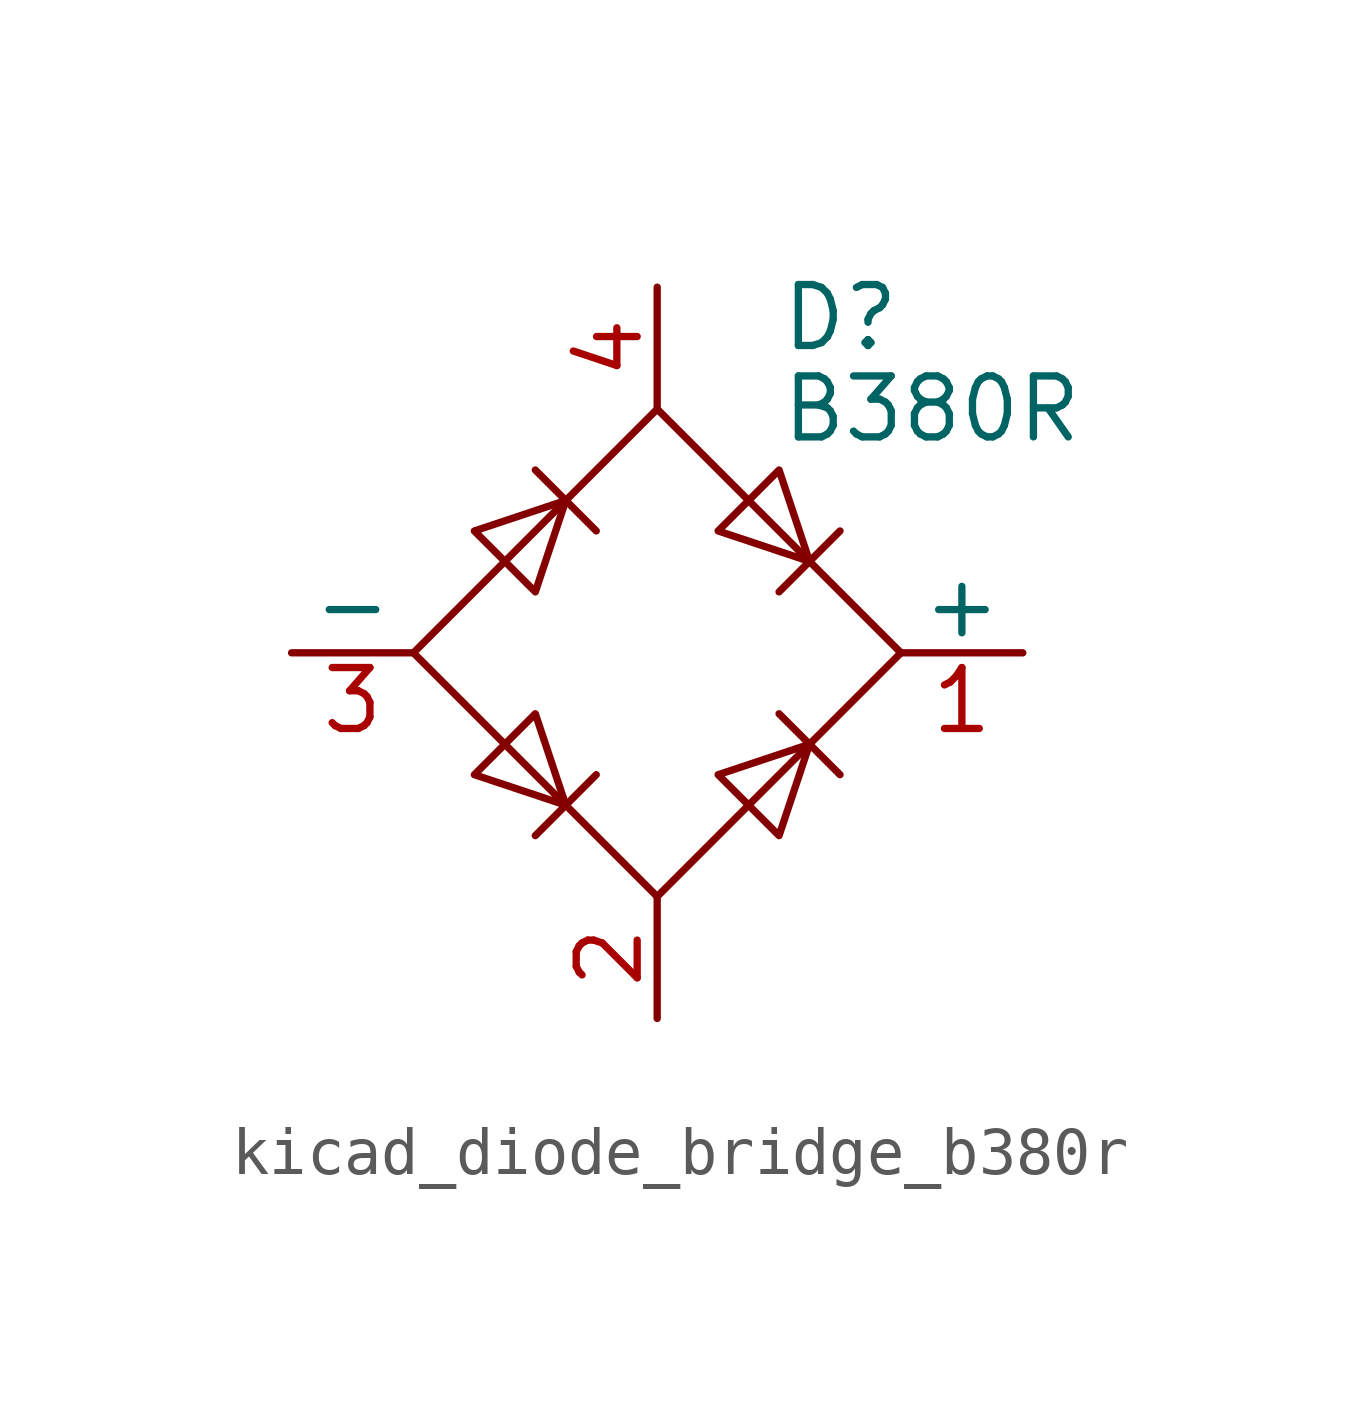
<source format=kicad_sym>
(kicad_symbol_lib
  (version 20220914)
  (generator kicad_symbol_editor)
  (symbol "kicad_diode_bridge_b380r"
    (pin_names
      (offset 0))
    (property "Reference" "D"
      (at 2.54 6.985 0)
      (effects (font (size 1.27 1.27)) (justify left)))
    (property "Value" "B380R"
      (at 2.54 5.08 0)
      (effects (font (size 1.27 1.27)) (justify left)))
    (symbol "kicad_diode_bridge_b380r_0_1"
      (polyline (pts (xy -2.54 3.81) (xy -1.27 2.54)) (stroke (width 0) (type default)) (fill (type none)))
      (polyline (pts (xy -1.27 -2.54) (xy -2.54 -3.81)) (stroke (width 0) (type default)) (fill (type none)))
      (polyline (pts (xy 2.54 -1.27) (xy 3.81 -2.54)) (stroke (width 0) (type default)) (fill (type none)))
      (polyline (pts (xy 2.54 1.27) (xy 3.81 2.54)) (stroke (width 0) (type default)) (fill (type none)))
      (polyline (pts (xy -3.81 2.54) (xy -2.54 1.27) (xy -1.905 3.175) (xy -3.81 2.54)) (stroke (width 0) (type default)) (fill (type none)))
      (polyline (pts (xy -2.54 -1.27) (xy -3.81 -2.54) (xy -1.905 -3.175) (xy -2.54 -1.27)) (stroke (width 0) (type default)) (fill (type none)))
      (polyline (pts (xy 1.27 2.54) (xy 2.54 3.81) (xy 3.175 1.905) (xy 1.27 2.54)) (stroke (width 0) (type default)) (fill (type none)))
      (polyline (pts (xy 3.175 -1.905) (xy 1.27 -2.54) (xy 2.54 -3.81) (xy 3.175 -1.905)) (stroke (width 0) (type default)) (fill (type none)))
      (polyline (pts (xy -5.08 0) (xy 0 -5.08) (xy 5.08 0) (xy 0 5.08) (xy -5.08 0)) (stroke (width 0) (type default)) (fill (type none))))
    (symbol "kicad_diode_bridge_b380r_1_1"
      (pin passive line (at 7.62 0 180) (length 2.54) (name "+" (effects (font (size 1.27 1.27)))) (number "1" (effects (font (size 1.27 1.27)))))
      (pin passive line (at 0 -7.62 90) (length 2.54) (name "~" (effects (font (size 1.27 1.27)))) (number "2" (effects (font (size 1.27 1.27)))))
      (pin passive line (at -7.62 0 0) (length 2.54) (name "-" (effects (font (size 1.27 1.27)))) (number "3" (effects (font (size 1.27 1.27)))))
      (pin passive line (at 0 7.62 270) (length 2.54) (name "~" (effects (font (size 1.27 1.27)))) (number "4" (effects (font (size 1.27 1.27))))))))
</source>
